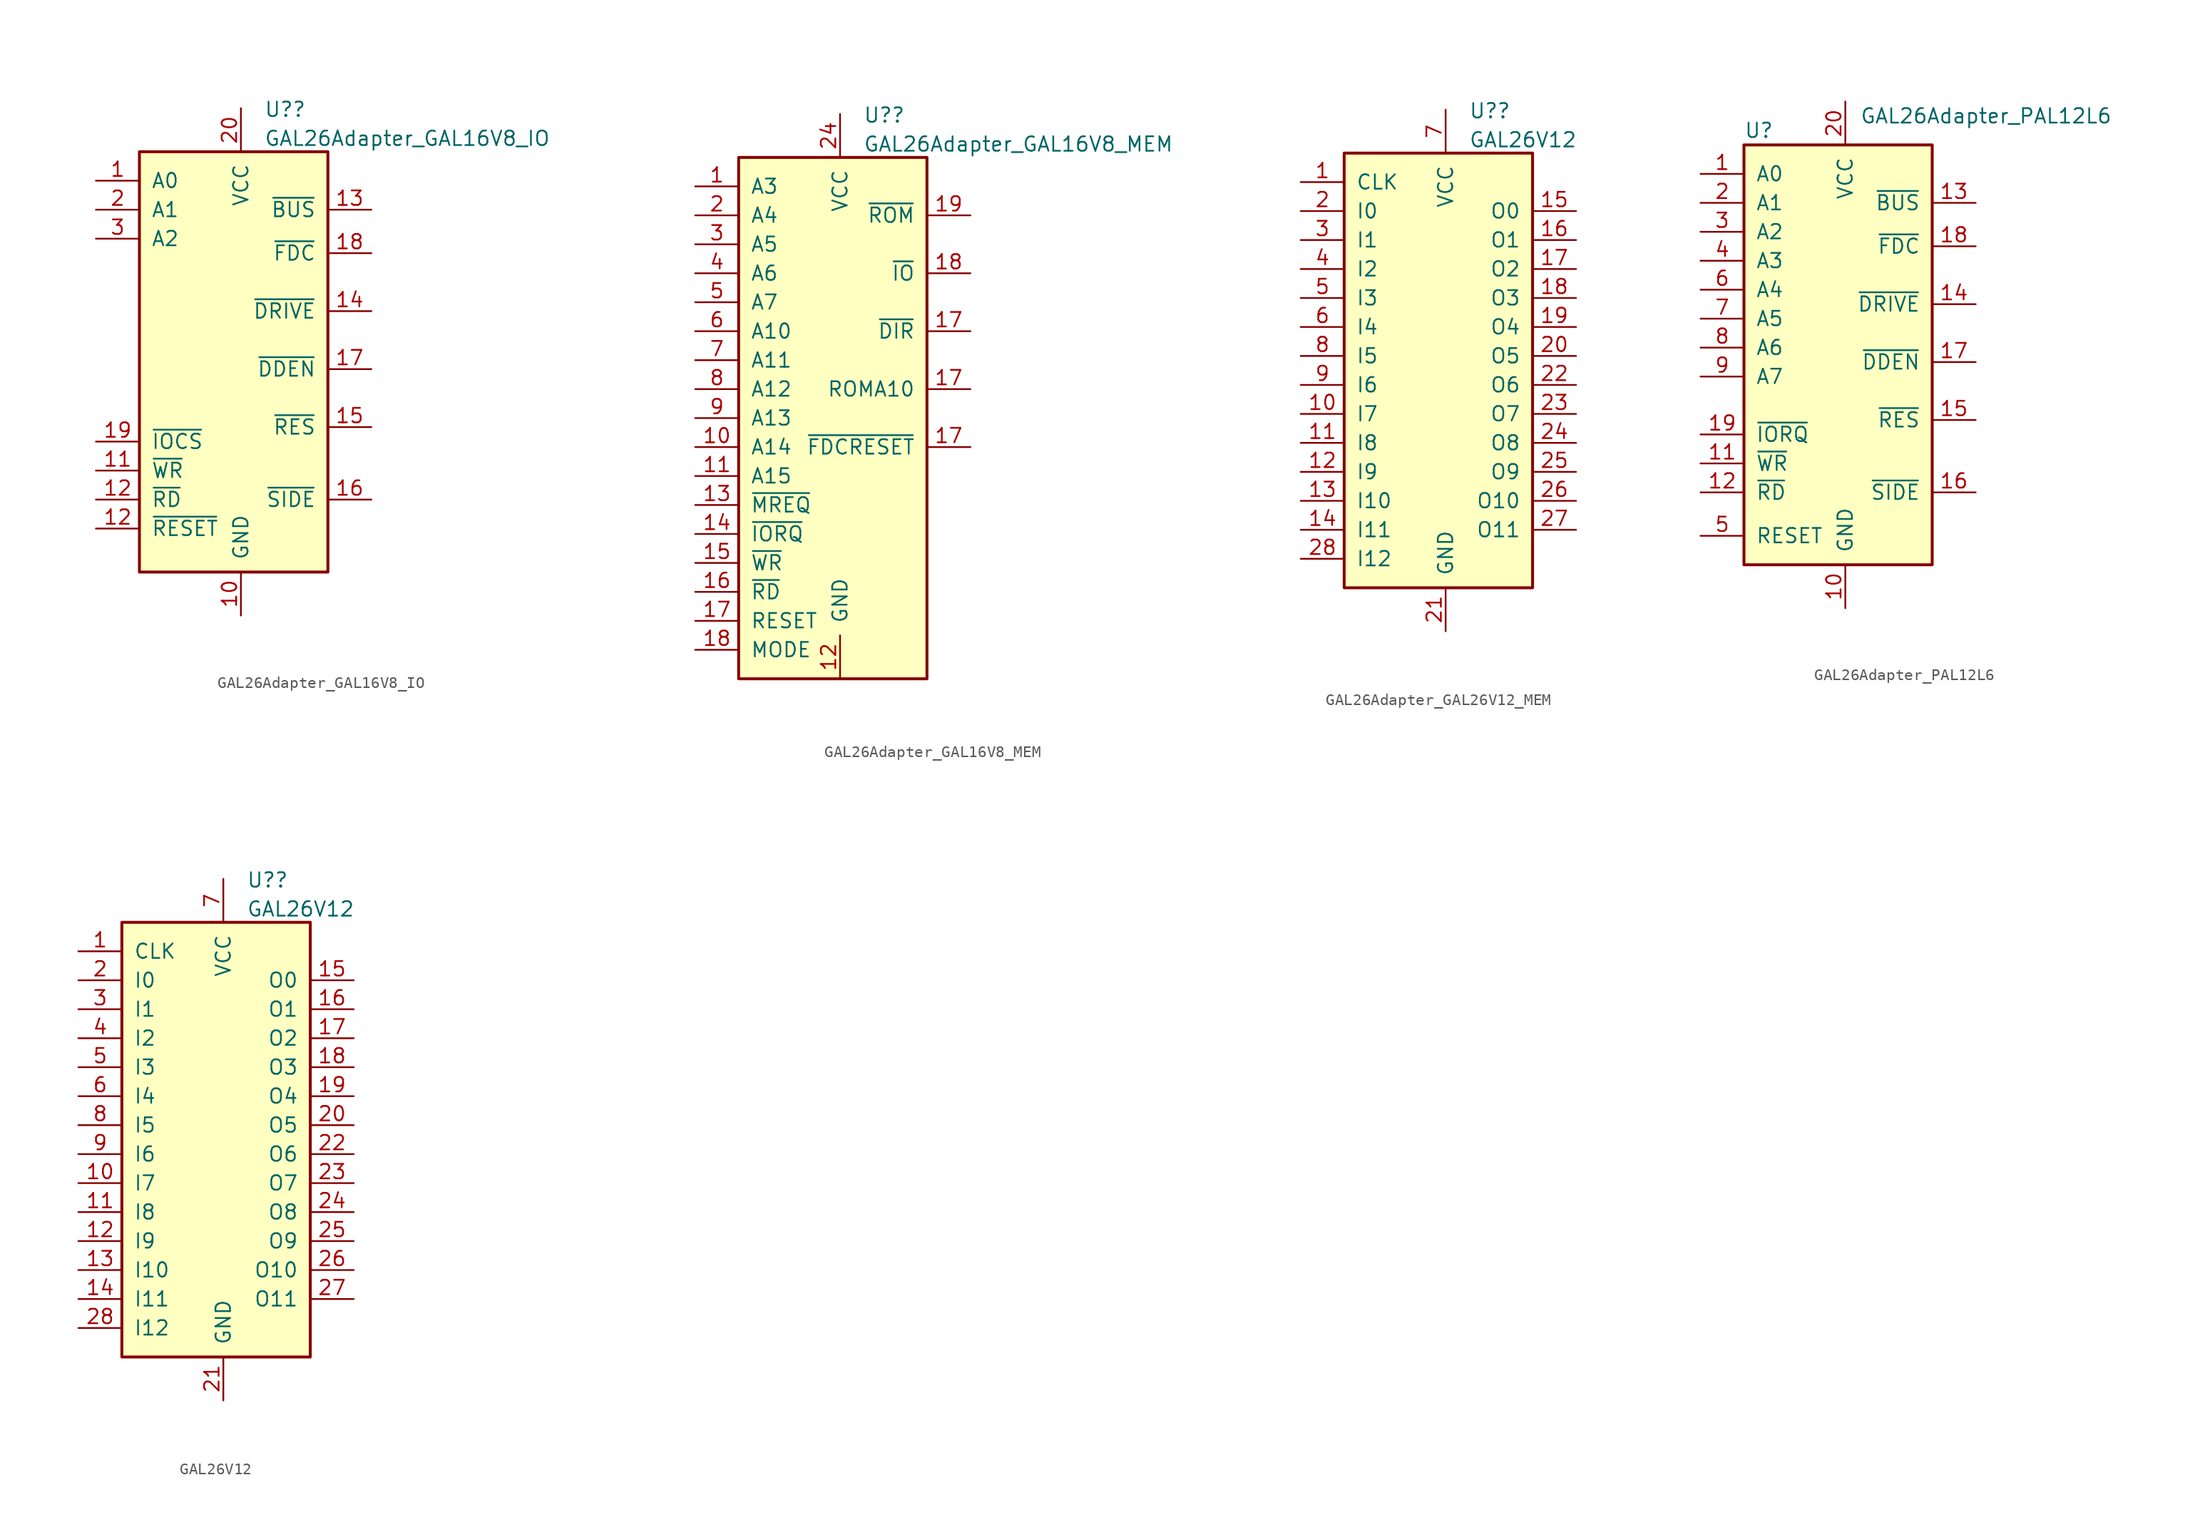
<source format=kicad_sym>
(kicad_symbol_lib
  (version 20220914)
  (generator kicad_symbol_editor)
  (symbol "GAL26Adapter_GAL16V8_IO"
    (pin_names
      (offset 1.016))
    (property "Reference" "U?"
      (at 2.019 18.94 0)
      (effects (font (size 1.27 1.27)) (justify left)))
    (property "Value" "GAL26Adapter_GAL16V8_IO"
      (at 2.019 16.403 0)
      (effects (font (size 1.27 1.27)) (justify left)))
    (symbol "GAL26Adapter_GAL16V8_IO_0_0"
      (pin power_in line (at 0 -25.4 90) (length 3.81) (name "GND" (effects (font (size 1.27 1.27)))) (number "10" (effects (font (size 1.27 1.27)))))
      (pin power_in line (at 0 19.05 270) (length 3.81) (name "VCC" (effects (font (size 1.27 1.27)))) (number "20" (effects (font (size 1.27 1.27))))))
    (symbol "GAL26Adapter_GAL16V8_IO_0_1"
      (rectangle (start -8.89 15.24) (end 7.62 -21.59) (stroke (width 0.254) (type default)) (fill (type background))))
    (symbol "GAL26Adapter_GAL16V8_IO_1_1"
      (pin input line (at -12.7 12.7 0) (length 3.81) (name "A0" (effects (font (size 1.27 1.27)))) (number "1" (effects (font (size 1.27 1.27)))))
      (pin input line (at -12.7 -12.7 0) (length 3.81) (name "~{WR}" (effects (font (size 1.27 1.27)))) (number "11" (effects (font (size 1.27 1.27)))))
      (pin input line (at -12.7 -15.24 0) (length 3.81) (name "~{RD}" (effects (font (size 1.27 1.27)))) (number "12" (effects (font (size 1.27 1.27)))))
      (pin input line (at -12.7 -17.78 0) (length 3.81) (name "~{RESET}" (effects (font (size 1.27 1.27)))) (number "12" (effects (font (size 1.27 1.27)))))
      (pin output line (at 11.43 10.16 180) (length 3.81) (name "~{BUS}" (effects (font (size 1.27 1.27)))) (number "13" (effects (font (size 1.27 1.27)))))
      (pin output line (at 11.43 1.27 180) (length 3.81) (name "~{DRIVE}" (effects (font (size 1.27 1.27)))) (number "14" (effects (font (size 1.27 1.27)))))
      (pin output line (at 11.43 -8.89 180) (length 3.81) (name "~{RES}" (effects (font (size 1.27 1.27)))) (number "15" (effects (font (size 1.27 1.27)))))
      (pin output line (at 11.43 -15.24 180) (length 3.81) (name "~{SIDE}" (effects (font (size 1.27 1.27)))) (number "16" (effects (font (size 1.27 1.27)))))
      (pin output line (at 11.43 -3.81 180) (length 3.81) (name "~{DDEN}" (effects (font (size 1.27 1.27)))) (number "17" (effects (font (size 1.27 1.27)))))
      (pin output line (at 11.43 6.35 180) (length 3.81) (name "~{FDC}" (effects (font (size 1.27 1.27)))) (number "18" (effects (font (size 1.27 1.27)))))
      (pin input line (at -12.7 -10.16 0) (length 3.81) (name "~{IOCS}" (effects (font (size 1.27 1.27)))) (number "19" (effects (font (size 1.27 1.27)))))
      (pin input line (at -12.7 10.16 0) (length 3.81) (name "A1" (effects (font (size 1.27 1.27)))) (number "2" (effects (font (size 1.27 1.27)))))
      (pin input line (at -12.7 7.62 0) (length 3.81) (name "A2" (effects (font (size 1.27 1.27)))) (number "3" (effects (font (size 1.27 1.27)))))))
  (symbol "GAL26Adapter_GAL16V8_MEM"
    (pin_names
      (offset 1.016))
    (property "Reference" "U?"
      (at 2.019 18.94 0)
      (effects (font (size 1.27 1.27)) (justify left)))
    (property "Value" "GAL26Adapter_GAL16V8_MEM"
      (at 2.019 16.403 0)
      (effects (font (size 1.27 1.27)) (justify left)))
    (symbol "GAL26Adapter_GAL16V8_MEM_0_0"
      (pin power_in line (at 0 -30.48 90) (length 3.81) (name "GND" (effects (font (size 1.27 1.27)))) (number "12" (effects (font (size 1.27 1.27)))))
      (pin power_in line (at 0 19.05 270) (length 3.81) (name "VCC" (effects (font (size 1.27 1.27)))) (number "24" (effects (font (size 1.27 1.27))))))
    (symbol "GAL26Adapter_GAL16V8_MEM_0_1"
      (rectangle (start -8.89 15.24) (end 7.62 -30.48) (stroke (width 0.254) (type default)) (fill (type background))))
    (symbol "GAL26Adapter_GAL16V8_MEM_1_1"
      (pin input line (at -12.7 12.7 0) (length 3.81) (name "A3" (effects (font (size 1.27 1.27)))) (number "1" (effects (font (size 1.27 1.27)))))
      (pin input line (at -12.7 -10.16 0) (length 3.81) (name "A14" (effects (font (size 1.27 1.27)))) (number "10" (effects (font (size 1.27 1.27)))))
      (pin input line (at -12.7 -12.7 0) (length 3.81) (name "A15" (effects (font (size 1.27 1.27)))) (number "11" (effects (font (size 1.27 1.27)))))
      (pin input line (at -12.7 -15.24 0) (length 3.81) (name "~{MREQ}" (effects (font (size 1.27 1.27)))) (number "13" (effects (font (size 1.27 1.27)))))
      (pin input line (at -12.7 -17.78 0) (length 3.81) (name "~{IORQ}" (effects (font (size 1.27 1.27)))) (number "14" (effects (font (size 1.27 1.27)))))
      (pin input line (at -12.7 -20.32 0) (length 3.81) (name "~{WR}" (effects (font (size 1.27 1.27)))) (number "15" (effects (font (size 1.27 1.27)))))
      (pin input line (at -12.7 -22.86 0) (length 3.81) (name "~{RD}" (effects (font (size 1.27 1.27)))) (number "16" (effects (font (size 1.27 1.27)))))
      (pin input line (at -12.7 -25.4 0) (length 3.81) (name "RESET" (effects (font (size 1.27 1.27)))) (number "17" (effects (font (size 1.27 1.27)))))
      (pin output line (at 11.43 -5.08 180) (length 3.81) (name "ROMA10" (effects (font (size 1.27 1.27)))) (number "17" (effects (font (size 1.27 1.27)))))
      (pin output line (at 11.43 0 180) (length 3.81) (name "~{DIR}" (effects (font (size 1.27 1.27)))) (number "17" (effects (font (size 1.27 1.27)))))
      (pin output line (at 11.43 -10.16 180) (length 3.81) (name "~{FDCRESET}" (effects (font (size 1.27 1.27)))) (number "17" (effects (font (size 1.27 1.27)))))
      (pin input line (at -12.7 -27.94 0) (length 3.81) (name "MODE" (effects (font (size 1.27 1.27)))) (number "18" (effects (font (size 1.27 1.27)))))
      (pin output line (at 11.43 5.08 180) (length 3.81) (name "~{IO}" (effects (font (size 1.27 1.27)))) (number "18" (effects (font (size 1.27 1.27)))))
      (pin output line (at 11.43 10.16 180) (length 3.81) (name "~{ROM}" (effects (font (size 1.27 1.27)))) (number "19" (effects (font (size 1.27 1.27)))))
      (pin input line (at -12.7 10.16 0) (length 3.81) (name "A4" (effects (font (size 1.27 1.27)))) (number "2" (effects (font (size 1.27 1.27)))))
      (pin input line (at -12.7 7.62 0) (length 3.81) (name "A5" (effects (font (size 1.27 1.27)))) (number "3" (effects (font (size 1.27 1.27)))))
      (pin input line (at -12.7 5.08 0) (length 3.81) (name "A6" (effects (font (size 1.27 1.27)))) (number "4" (effects (font (size 1.27 1.27)))))
      (pin input line (at -12.7 2.54 0) (length 3.81) (name "A7" (effects (font (size 1.27 1.27)))) (number "5" (effects (font (size 1.27 1.27)))))
      (pin input line (at -12.7 0 0) (length 3.81) (name "A10" (effects (font (size 1.27 1.27)))) (number "6" (effects (font (size 1.27 1.27)))))
      (pin input line (at -12.7 -2.54 0) (length 3.81) (name "A11" (effects (font (size 1.27 1.27)))) (number "7" (effects (font (size 1.27 1.27)))))
      (pin input line (at -12.7 -5.08 0) (length 3.81) (name "A12" (effects (font (size 1.27 1.27)))) (number "8" (effects (font (size 1.27 1.27)))))
      (pin input line (at -12.7 -7.62 0) (length 3.81) (name "A13" (effects (font (size 1.27 1.27)))) (number "9" (effects (font (size 1.27 1.27)))))))
  (symbol "GAL26Adapter_GAL26V12_MEM"
    (pin_names
      (offset 1.016))
    (property "Reference" "U?"
      (at 2.019 18.94 0)
      (effects (font (size 1.27 1.27)) (justify left)))
    (property "Value" "GAL26V12"
      (at 2.019 16.403 0)
      (effects (font (size 1.27 1.27)) (justify left)))
    (symbol "GAL26Adapter_GAL26V12_MEM_0_0"
      (pin power_in line (at 0 -26.67 90) (length 3.81) (name "GND" (effects (font (size 1.27 1.27)))) (number "21" (effects (font (size 1.27 1.27)))))
      (pin power_in line (at 0 19.05 270) (length 3.81) (name "VCC" (effects (font (size 1.27 1.27)))) (number "7" (effects (font (size 1.27 1.27))))))
    (symbol "GAL26Adapter_GAL26V12_MEM_0_1"
      (rectangle (start -8.89 15.24) (end 7.62 -22.86) (stroke (width 0.254) (type default)) (fill (type background))))
    (symbol "GAL26Adapter_GAL26V12_MEM_1_1"
      (pin input line (at -12.7 12.7 0) (length 3.81) (name "CLK" (effects (font (size 1.27 1.27)))) (number "1" (effects (font (size 1.27 1.27)))))
      (pin input line (at -12.7 -7.62 0) (length 3.81) (name "I7" (effects (font (size 1.27 1.27)))) (number "10" (effects (font (size 1.27 1.27)))))
      (pin input line (at -12.7 -10.16 0) (length 3.81) (name "I8" (effects (font (size 1.27 1.27)))) (number "11" (effects (font (size 1.27 1.27)))))
      (pin input line (at -12.7 -12.7 0) (length 3.81) (name "I9" (effects (font (size 1.27 1.27)))) (number "12" (effects (font (size 1.27 1.27)))))
      (pin input line (at -12.7 -15.24 0) (length 3.81) (name "I10" (effects (font (size 1.27 1.27)))) (number "13" (effects (font (size 1.27 1.27)))))
      (pin input line (at -12.7 -17.78 0) (length 3.81) (name "I11" (effects (font (size 1.27 1.27)))) (number "14" (effects (font (size 1.27 1.27)))))
      (pin input line (at 11.43 10.16 180) (length 3.81) (name "O0" (effects (font (size 1.27 1.27)))) (number "15" (effects (font (size 1.27 1.27)))))
      (pin input line (at 11.43 7.62 180) (length 3.81) (name "O1" (effects (font (size 1.27 1.27)))) (number "16" (effects (font (size 1.27 1.27)))))
      (pin input line (at 11.43 5.08 180) (length 3.81) (name "O2" (effects (font (size 1.27 1.27)))) (number "17" (effects (font (size 1.27 1.27)))))
      (pin output line (at 11.43 2.54 180) (length 3.81) (name "O3" (effects (font (size 1.27 1.27)))) (number "18" (effects (font (size 1.27 1.27)))))
      (pin output line (at 11.43 0 180) (length 3.81) (name "O4" (effects (font (size 1.27 1.27)))) (number "19" (effects (font (size 1.27 1.27)))))
      (pin input line (at -12.7 10.16 0) (length 3.81) (name "I0" (effects (font (size 1.27 1.27)))) (number "2" (effects (font (size 1.27 1.27)))))
      (pin output line (at 11.43 -2.54 180) (length 3.81) (name "O5" (effects (font (size 1.27 1.27)))) (number "20" (effects (font (size 1.27 1.27)))))
      (pin output line (at 11.43 -5.08 180) (length 3.81) (name "O6" (effects (font (size 1.27 1.27)))) (number "22" (effects (font (size 1.27 1.27)))))
      (pin output line (at 11.43 -7.62 180) (length 3.81) (name "O7" (effects (font (size 1.27 1.27)))) (number "23" (effects (font (size 1.27 1.27)))))
      (pin output line (at 11.43 -10.16 180) (length 3.81) (name "O8" (effects (font (size 1.27 1.27)))) (number "24" (effects (font (size 1.27 1.27)))))
      (pin output line (at 11.43 -12.7 180) (length 3.81) (name "O9" (effects (font (size 1.27 1.27)))) (number "25" (effects (font (size 1.27 1.27)))))
      (pin output line (at 11.43 -15.24 180) (length 3.81) (name "O10" (effects (font (size 1.27 1.27)))) (number "26" (effects (font (size 1.27 1.27)))))
      (pin output line (at 11.43 -17.78 180) (length 3.81) (name "O11" (effects (font (size 1.27 1.27)))) (number "27" (effects (font (size 1.27 1.27)))))
      (pin input line (at -12.7 -20.32 0) (length 3.81) (name "I12" (effects (font (size 1.27 1.27)))) (number "28" (effects (font (size 1.27 1.27)))))
      (pin input line (at -12.7 7.62 0) (length 3.81) (name "I1" (effects (font (size 1.27 1.27)))) (number "3" (effects (font (size 1.27 1.27)))))
      (pin input line (at -12.7 5.08 0) (length 3.81) (name "I2" (effects (font (size 1.27 1.27)))) (number "4" (effects (font (size 1.27 1.27)))))
      (pin input line (at -12.7 2.54 0) (length 3.81) (name "I3" (effects (font (size 1.27 1.27)))) (number "5" (effects (font (size 1.27 1.27)))))
      (pin input line (at -12.7 0 0) (length 3.81) (name "I4" (effects (font (size 1.27 1.27)))) (number "6" (effects (font (size 1.27 1.27)))))
      (pin input line (at -12.7 -2.54 0) (length 3.81) (name "I5" (effects (font (size 1.27 1.27)))) (number "8" (effects (font (size 1.27 1.27)))))
      (pin input line (at -12.7 -5.08 0) (length 3.81) (name "I6" (effects (font (size 1.27 1.27)))) (number "9" (effects (font (size 1.27 1.27)))))))
  (symbol "GAL26Adapter_PAL12L6"
    (pin_names
      (offset 1.016))
    (property "Reference" "U"
      (at -8.89 16.51 0)
      (effects (font (size 1.27 1.27)) (justify left)))
    (property "Value" "GAL26Adapter_PAL12L6"
      (at 1.27 17.78 0)
      (effects (font (size 1.27 1.27)) (justify left)))
    (symbol "GAL26Adapter_PAL12L6_0_0"
      (pin power_in line (at 0 -25.4 90) (length 3.81) (name "GND" (effects (font (size 1.27 1.27)))) (number "10" (effects (font (size 1.27 1.27)))))
      (pin power_in line (at 0 19.05 270) (length 3.81) (name "VCC" (effects (font (size 1.27 1.27)))) (number "20" (effects (font (size 1.27 1.27))))))
    (symbol "GAL26Adapter_PAL12L6_0_1"
      (rectangle (start -8.89 15.24) (end 7.62 -21.59) (stroke (width 0.254) (type default)) (fill (type background))))
    (symbol "GAL26Adapter_PAL12L6_1_1"
      (pin input line (at -12.7 12.7 0) (length 3.81) (name "A0" (effects (font (size 1.27 1.27)))) (number "1" (effects (font (size 1.27 1.27)))))
      (pin input line (at -12.7 -12.7 0) (length 3.81) (name "~{WR}" (effects (font (size 1.27 1.27)))) (number "11" (effects (font (size 1.27 1.27)))))
      (pin input line (at -12.7 -15.24 0) (length 3.81) (name "~{RD}" (effects (font (size 1.27 1.27)))) (number "12" (effects (font (size 1.27 1.27)))))
      (pin output line (at 11.43 10.16 180) (length 3.81) (name "~{BUS}" (effects (font (size 1.27 1.27)))) (number "13" (effects (font (size 1.27 1.27)))))
      (pin output line (at 11.43 1.27 180) (length 3.81) (name "~{DRIVE}" (effects (font (size 1.27 1.27)))) (number "14" (effects (font (size 1.27 1.27)))))
      (pin output line (at 11.43 -8.89 180) (length 3.81) (name "~{RES}" (effects (font (size 1.27 1.27)))) (number "15" (effects (font (size 1.27 1.27)))))
      (pin output line (at 11.43 -15.24 180) (length 3.81) (name "~{SIDE}" (effects (font (size 1.27 1.27)))) (number "16" (effects (font (size 1.27 1.27)))))
      (pin output line (at 11.43 -3.81 180) (length 3.81) (name "~{DDEN}" (effects (font (size 1.27 1.27)))) (number "17" (effects (font (size 1.27 1.27)))))
      (pin output line (at 11.43 6.35 180) (length 3.81) (name "~{FDC}" (effects (font (size 1.27 1.27)))) (number "18" (effects (font (size 1.27 1.27)))))
      (pin input line (at -12.7 -10.16 0) (length 3.81) (name "~{IORQ}" (effects (font (size 1.27 1.27)))) (number "19" (effects (font (size 1.27 1.27)))))
      (pin input line (at -12.7 10.16 0) (length 3.81) (name "A1" (effects (font (size 1.27 1.27)))) (number "2" (effects (font (size 1.27 1.27)))))
      (pin input line (at -12.7 7.62 0) (length 3.81) (name "A2" (effects (font (size 1.27 1.27)))) (number "3" (effects (font (size 1.27 1.27)))))
      (pin input line (at -12.7 5.08 0) (length 3.81) (name "A3" (effects (font (size 1.27 1.27)))) (number "4" (effects (font (size 1.27 1.27)))))
      (pin input line (at -12.7 -19.05 0) (length 3.81) (name "RESET" (effects (font (size 1.27 1.27)))) (number "5" (effects (font (size 1.27 1.27)))))
      (pin input line (at -12.7 2.54 0) (length 3.81) (name "A4" (effects (font (size 1.27 1.27)))) (number "6" (effects (font (size 1.27 1.27)))))
      (pin input line (at -12.7 0 0) (length 3.81) (name "A5" (effects (font (size 1.27 1.27)))) (number "7" (effects (font (size 1.27 1.27)))))
      (pin input line (at -12.7 -2.54 0) (length 3.81) (name "A6" (effects (font (size 1.27 1.27)))) (number "8" (effects (font (size 1.27 1.27)))))
      (pin input line (at -12.7 -5.08 0) (length 3.81) (name "A7" (effects (font (size 1.27 1.27)))) (number "9" (effects (font (size 1.27 1.27)))))))
  (symbol "GAL26V12"
    (pin_names
      (offset 1.016))
    (property "Reference" "U?"
      (at 2.019 18.94 0)
      (effects (font (size 1.27 1.27)) (justify left)))
    (property "Value" "GAL26V12"
      (at 2.019 16.403 0)
      (effects (font (size 1.27 1.27)) (justify left)))
    (symbol "GAL26V12_0_0"
      (pin power_in line (at 0 -26.67 90) (length 3.81) (name "GND" (effects (font (size 1.27 1.27)))) (number "21" (effects (font (size 1.27 1.27)))))
      (pin power_in line (at 0 19.05 270) (length 3.81) (name "VCC" (effects (font (size 1.27 1.27)))) (number "7" (effects (font (size 1.27 1.27))))))
    (symbol "GAL26V12_0_1"
      (rectangle (start -8.89 15.24) (end 7.62 -22.86) (stroke (width 0.254) (type default)) (fill (type background))))
    (symbol "GAL26V12_1_1"
      (pin input line (at -12.7 12.7 0) (length 3.81) (name "CLK" (effects (font (size 1.27 1.27)))) (number "1" (effects (font (size 1.27 1.27)))))
      (pin input line (at -12.7 -7.62 0) (length 3.81) (name "I7" (effects (font (size 1.27 1.27)))) (number "10" (effects (font (size 1.27 1.27)))))
      (pin input line (at -12.7 -10.16 0) (length 3.81) (name "I8" (effects (font (size 1.27 1.27)))) (number "11" (effects (font (size 1.27 1.27)))))
      (pin input line (at -12.7 -12.7 0) (length 3.81) (name "I9" (effects (font (size 1.27 1.27)))) (number "12" (effects (font (size 1.27 1.27)))))
      (pin input line (at -12.7 -15.24 0) (length 3.81) (name "I10" (effects (font (size 1.27 1.27)))) (number "13" (effects (font (size 1.27 1.27)))))
      (pin input line (at -12.7 -17.78 0) (length 3.81) (name "I11" (effects (font (size 1.27 1.27)))) (number "14" (effects (font (size 1.27 1.27)))))
      (pin input line (at 11.43 10.16 180) (length 3.81) (name "O0" (effects (font (size 1.27 1.27)))) (number "15" (effects (font (size 1.27 1.27)))))
      (pin input line (at 11.43 7.62 180) (length 3.81) (name "O1" (effects (font (size 1.27 1.27)))) (number "16" (effects (font (size 1.27 1.27)))))
      (pin input line (at 11.43 5.08 180) (length 3.81) (name "O2" (effects (font (size 1.27 1.27)))) (number "17" (effects (font (size 1.27 1.27)))))
      (pin output line (at 11.43 2.54 180) (length 3.81) (name "O3" (effects (font (size 1.27 1.27)))) (number "18" (effects (font (size 1.27 1.27)))))
      (pin output line (at 11.43 0 180) (length 3.81) (name "O4" (effects (font (size 1.27 1.27)))) (number "19" (effects (font (size 1.27 1.27)))))
      (pin input line (at -12.7 10.16 0) (length 3.81) (name "I0" (effects (font (size 1.27 1.27)))) (number "2" (effects (font (size 1.27 1.27)))))
      (pin output line (at 11.43 -2.54 180) (length 3.81) (name "O5" (effects (font (size 1.27 1.27)))) (number "20" (effects (font (size 1.27 1.27)))))
      (pin output line (at 11.43 -5.08 180) (length 3.81) (name "O6" (effects (font (size 1.27 1.27)))) (number "22" (effects (font (size 1.27 1.27)))))
      (pin output line (at 11.43 -7.62 180) (length 3.81) (name "O7" (effects (font (size 1.27 1.27)))) (number "23" (effects (font (size 1.27 1.27)))))
      (pin output line (at 11.43 -10.16 180) (length 3.81) (name "O8" (effects (font (size 1.27 1.27)))) (number "24" (effects (font (size 1.27 1.27)))))
      (pin output line (at 11.43 -12.7 180) (length 3.81) (name "O9" (effects (font (size 1.27 1.27)))) (number "25" (effects (font (size 1.27 1.27)))))
      (pin output line (at 11.43 -15.24 180) (length 3.81) (name "O10" (effects (font (size 1.27 1.27)))) (number "26" (effects (font (size 1.27 1.27)))))
      (pin output line (at 11.43 -17.78 180) (length 3.81) (name "O11" (effects (font (size 1.27 1.27)))) (number "27" (effects (font (size 1.27 1.27)))))
      (pin input line (at -12.7 -20.32 0) (length 3.81) (name "I12" (effects (font (size 1.27 1.27)))) (number "28" (effects (font (size 1.27 1.27)))))
      (pin input line (at -12.7 7.62 0) (length 3.81) (name "I1" (effects (font (size 1.27 1.27)))) (number "3" (effects (font (size 1.27 1.27)))))
      (pin input line (at -12.7 5.08 0) (length 3.81) (name "I2" (effects (font (size 1.27 1.27)))) (number "4" (effects (font (size 1.27 1.27)))))
      (pin input line (at -12.7 2.54 0) (length 3.81) (name "I3" (effects (font (size 1.27 1.27)))) (number "5" (effects (font (size 1.27 1.27)))))
      (pin input line (at -12.7 0 0) (length 3.81) (name "I4" (effects (font (size 1.27 1.27)))) (number "6" (effects (font (size 1.27 1.27)))))
      (pin input line (at -12.7 -2.54 0) (length 3.81) (name "I5" (effects (font (size 1.27 1.27)))) (number "8" (effects (font (size 1.27 1.27)))))
      (pin input line (at -12.7 -5.08 0) (length 3.81) (name "I6" (effects (font (size 1.27 1.27)))) (number "9" (effects (font (size 1.27 1.27))))))))
</source>
